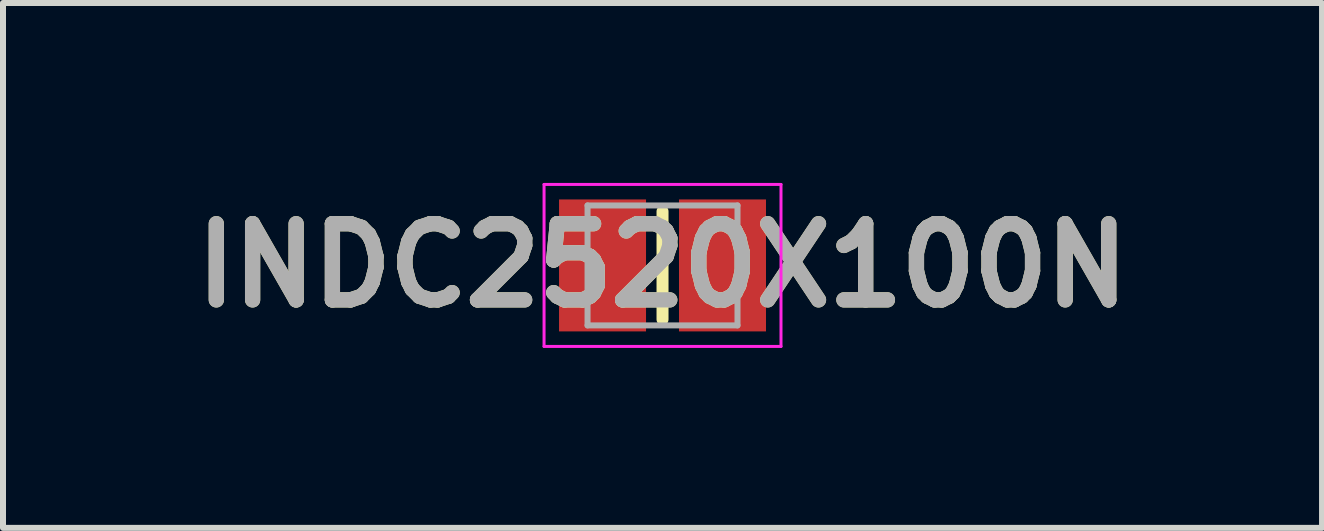
<source format=kicad_pcb>
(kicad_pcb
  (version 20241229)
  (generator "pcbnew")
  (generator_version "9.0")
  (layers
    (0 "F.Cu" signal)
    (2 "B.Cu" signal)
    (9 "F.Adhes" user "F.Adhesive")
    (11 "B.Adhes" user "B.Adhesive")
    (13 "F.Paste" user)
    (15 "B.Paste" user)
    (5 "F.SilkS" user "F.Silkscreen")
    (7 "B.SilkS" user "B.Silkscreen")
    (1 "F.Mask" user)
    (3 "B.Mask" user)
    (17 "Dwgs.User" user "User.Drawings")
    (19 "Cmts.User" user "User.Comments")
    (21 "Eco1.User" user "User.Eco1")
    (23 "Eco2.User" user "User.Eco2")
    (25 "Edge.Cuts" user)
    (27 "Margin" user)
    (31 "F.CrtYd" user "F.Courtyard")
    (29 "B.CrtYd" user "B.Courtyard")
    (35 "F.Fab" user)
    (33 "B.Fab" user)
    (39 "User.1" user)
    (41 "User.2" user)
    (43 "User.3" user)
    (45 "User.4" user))
  (footprint "INDC2520X100N"
    (layer "F.Cu")
    (at 7.995 1.375)
    (property "Reference" "INDC2520X100N" (at 0 0 0) (layer "F.SilkS") (effects (font (size 1.27 1.27) (thickness 0.254))))
    (attr smd)
    (fp_line (start 0 -0.9) (end 0 0.9) (stroke (width 0.2) (type solid)) (layer "F.SilkS"))
    (fp_line (start -1.975 -1.35) (end 1.975 -1.35) (stroke (width 0.05) (type solid)) (layer "F.CrtYd"))
    (fp_line (start -1.975 1.35) (end -1.975 -1.35) (stroke (width 0.05) (type solid)) (layer "F.CrtYd"))
    (fp_line (start 1.975 -1.35) (end 1.975 1.35) (stroke (width 0.05) (type solid)) (layer "F.CrtYd"))
    (fp_line (start 1.975 1.35) (end -1.975 1.35) (stroke (width 0.05) (type solid)) (layer "F.CrtYd"))
    (fp_line (start -1.25 -1) (end 1.25 -1) (stroke (width 0.1) (type solid)) (layer "F.Fab"))
    (fp_line (start -1.25 1) (end -1.25 -1) (stroke (width 0.1) (type solid)) (layer "F.Fab"))
    (fp_line (start 1.25 -1) (end 1.25 1) (stroke (width 0.1) (type solid)) (layer "F.Fab"))
    (fp_line (start 1.25 1) (end -1.25 1) (stroke (width 0.1) (type solid)) (layer "F.Fab"))
    (fp_text user "${REFERENCE}" (at 0 0 0) (layer "F.Fab") (effects (font (size 1.27 1.27) (thickness 0.254))))
    (pad "1" smd rect (at -1 0) (size 1.45 2.2) (layers "F.Cu" "F.Mask" "F.Paste"))
    (pad "2" smd rect (at 1 0) (size 1.45 2.2) (layers "F.Cu" "F.Mask" "F.Paste")))
  (gr_rect
    (start -3 -3)
    (end 18.99 5.75)
    (stroke (width 0.1) (type default))
    (fill no)
    (layer "Edge.Cuts")))
</source>
